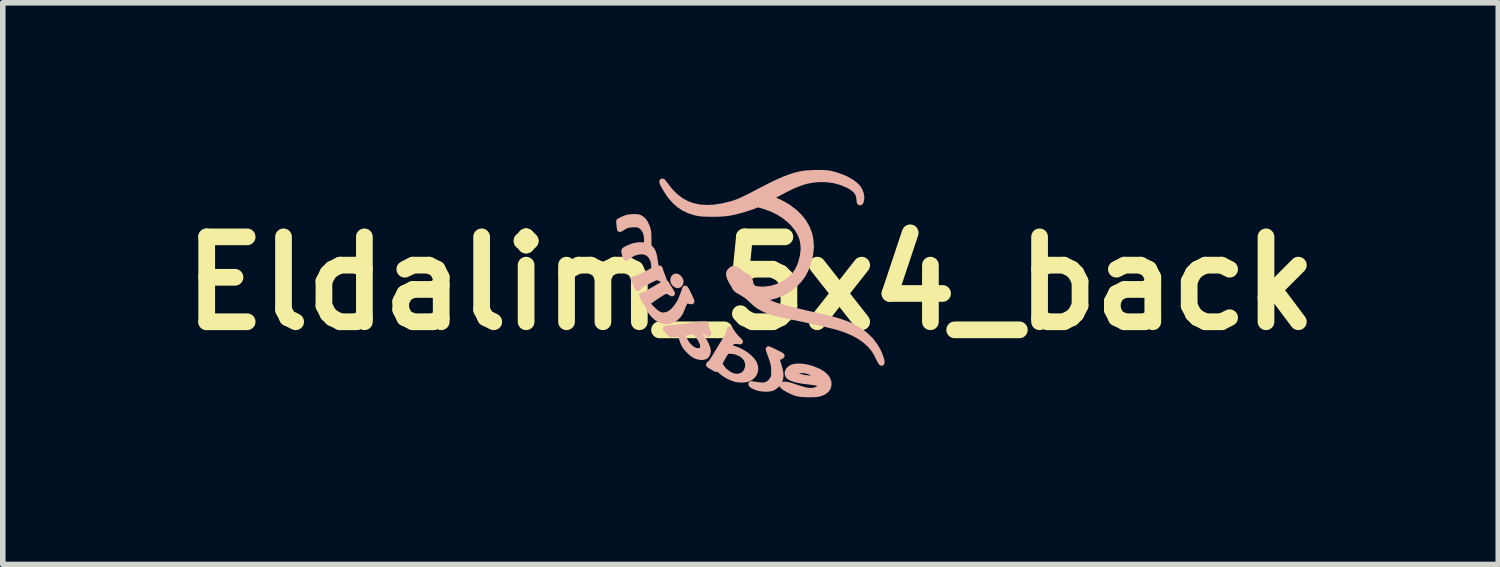
<source format=kicad_pcb>
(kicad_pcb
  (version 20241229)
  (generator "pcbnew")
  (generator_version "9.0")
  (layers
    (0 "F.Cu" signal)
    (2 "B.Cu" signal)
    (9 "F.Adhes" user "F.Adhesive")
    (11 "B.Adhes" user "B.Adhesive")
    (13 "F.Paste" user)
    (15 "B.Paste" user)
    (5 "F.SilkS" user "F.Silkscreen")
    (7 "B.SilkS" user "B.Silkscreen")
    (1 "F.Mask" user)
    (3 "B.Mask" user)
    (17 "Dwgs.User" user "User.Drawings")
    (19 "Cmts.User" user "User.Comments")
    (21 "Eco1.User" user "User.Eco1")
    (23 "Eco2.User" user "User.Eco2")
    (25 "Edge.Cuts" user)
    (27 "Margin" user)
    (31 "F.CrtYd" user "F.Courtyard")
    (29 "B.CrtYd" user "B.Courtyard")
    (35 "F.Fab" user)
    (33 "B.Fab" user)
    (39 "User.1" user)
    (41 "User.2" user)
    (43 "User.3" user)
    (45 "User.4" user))
  (footprint "Eldalim_5x4_back"
    (layer "F.Cu")
    (at 10.421 2.036)
    (property "Reference" "Eldalim_5x4_back" (at 0 0 0) (layer "F.SilkS") (effects (font (size 1.524 1.524) (thickness 0.3))))
    (attr exclude_from_pos_files exclude_from_bom)
    (fp_circle (center -0.15 0) (end -0.2 0) (stroke (width 0.15) (type solid)) (fill no) (layer "B.SilkS"))
    (fp_poly (pts (xy -1.252 -0.035) (xy -1.258 0.002) (xy -1.276 0.026) (xy -1.301 0.036) (xy -1.331 0.031) (xy -1.361 0.01) (xy -1.381 -0.019) (xy -1.389 -0.051) (xy -1.387 -0.082) (xy -1.374 -0.107) (xy -1.353 -0.124) (xy -1.334 -0.127) (xy -1.31 -0.119) (xy -1.285 -0.099) (xy -1.265 -0.073) (xy -1.253 -0.045) (xy -1.252 -0.035)) (stroke (width 0.1) (type solid)) (fill yes) (layer "B.SilkS"))
    (fp_poly (pts (xy -1.406 0.182) (xy -1.412 0.183) (xy -1.428 0.174) (xy -1.436 0.168) (xy -1.475 0.146) (xy -1.512 0.138) (xy -1.543 0.146) (xy -1.575 0.163) (xy -1.614 0.187) (xy -1.657 0.215) (xy -1.702 0.245) (xy -1.745 0.274) (xy -1.784 0.302) (xy -1.816 0.325) (xy -1.837 0.343) (xy -1.845 0.352) (xy -1.858 0.376) (xy -1.889 0.326) (xy -1.912 0.29) (xy -1.931 0.256) (xy -1.944 0.23) (xy -1.95 0.215) (xy -1.95 0.214) (xy -1.943 0.21) (xy -1.926 0.209) (xy -1.91 0.204) (xy -1.88 0.19) (xy -1.839 0.168) (xy -1.786 0.139) (xy -1.726 0.104) (xy -1.718 0.1) (xy -1.666 0.069) (xy -1.619 0.042) (xy -1.579 0.019) (xy -1.548 0.002) (xy -1.53 -0.007) (xy -1.525 -0.009) (xy -1.515 -0.002) (xy -1.503 0.016) (xy -1.5 0.02) (xy -1.488 0.042) (xy -1.469 0.073) (xy -1.448 0.107) (xy -1.446 0.111) (xy -1.427 0.141) (xy -1.413 0.166) (xy -1.406 0.18) (xy -1.406 0.182)) (stroke (width 0.1) (type solid)) (fill yes) (layer "B.SilkS"))
    (fp_poly (pts (xy -1.057 0.325) (xy -1.067 0.325) (xy -1.089 0.321) (xy -1.096 0.319) (xy -1.121 0.312) (xy -1.139 0.309) (xy -1.141 0.308) (xy -1.159 0.317) (xy -1.179 0.342) (xy -1.2 0.383) (xy -1.217 0.421) (xy -1.231 0.459) (xy -1.245 0.493) (xy -1.256 0.517) (xy -1.258 0.522) (xy -1.298 0.581) (xy -1.347 0.627) (xy -1.405 0.66) (xy -1.468 0.678) (xy -1.534 0.68) (xy -1.6 0.666) (xy -1.628 0.654) (xy -1.675 0.627) (xy -1.72 0.588) (xy -1.762 0.544) (xy -1.797 0.497) (xy -1.821 0.451) (xy -1.83 0.419) (xy -1.835 0.386) (xy -1.767 0.455) (xy -1.717 0.503) (xy -1.674 0.537) (xy -1.636 0.559) (xy -1.6 0.571) (xy -1.566 0.574) (xy -1.504 0.565) (xy -1.445 0.538) (xy -1.388 0.494) (xy -1.333 0.432) (xy -1.316 0.408) (xy -1.287 0.364) (xy -1.263 0.32) (xy -1.241 0.273) (xy -1.218 0.215) (xy -1.21 0.191) (xy -1.196 0.153) (xy -1.185 0.121) (xy -1.176 0.098) (xy -1.174 0.091) (xy -1.168 0.093) (xy -1.156 0.11) (xy -1.139 0.141) (xy -1.118 0.183) (xy -1.11 0.199) (xy -1.09 0.242) (xy -1.074 0.279) (xy -1.062 0.306) (xy -1.057 0.322) (xy -1.057 0.325)) (stroke (width 0.1) (type solid)) (fill yes) (layer "B.SilkS"))
    (fp_poly (pts (xy 0.562 1.299) (xy 0.555 1.306) (xy 0.536 1.317) (xy 0.522 1.323) (xy 0.5 1.334) (xy 0.486 1.346) (xy 0.48 1.362) (xy 0.48 1.384) (xy 0.488 1.417) (xy 0.503 1.462) (xy 0.51 1.483) (xy 0.533 1.566) (xy 0.543 1.639) (xy 0.538 1.703) (xy 0.519 1.759) (xy 0.486 1.809) (xy 0.472 1.824) (xy 0.43 1.858) (xy 0.387 1.88) (xy 0.386 1.881) (xy 0.34 1.891) (xy 0.284 1.895) (xy 0.224 1.893) (xy 0.167 1.885) (xy 0.141 1.879) (xy 0.08 1.858) (xy 0.038 1.836) (xy 0.017 1.818) (xy 0.011 1.808) (xy 0.015 1.805) (xy 0.034 1.808) (xy 0.036 1.809) (xy 0.09 1.818) (xy 0.145 1.825) (xy 0.194 1.829) (xy 0.233 1.83) (xy 0.249 1.828) (xy 0.303 1.812) (xy 0.35 1.779) (xy 0.388 1.733) (xy 0.395 1.723) (xy 0.407 1.699) (xy 0.415 1.679) (xy 0.419 1.657) (xy 0.421 1.627) (xy 0.421 1.586) (xy 0.421 1.578) (xy 0.42 1.528) (xy 0.416 1.482) (xy 0.407 1.437) (xy 0.394 1.388) (xy 0.375 1.331) (xy 0.355 1.277) (xy 0.341 1.239) (xy 0.33 1.208) (xy 0.324 1.187) (xy 0.323 1.18) (xy 0.332 1.183) (xy 0.353 1.192) (xy 0.384 1.206) (xy 0.42 1.223) (xy 0.458 1.242) (xy 0.495 1.261) (xy 0.527 1.277) (xy 0.55 1.29) (xy 0.562 1.298) (xy 0.562 1.299)) (stroke (width 0.1) (type solid)) (fill yes) (layer "B.SilkS"))
    (fp_poly (pts (xy -0.755 0.904) (xy -0.759 0.909) (xy -0.773 0.9) (xy -0.793 0.882) (xy -0.833 0.852) (xy -0.872 0.839) (xy -0.915 0.841) (xy -0.932 0.846) (xy -0.97 0.857) (xy -0.919 0.916) (xy -0.87 0.977) (xy -0.829 1.039) (xy -0.796 1.1) (xy -0.774 1.155) (xy -0.763 1.203) (xy -0.762 1.217) (xy -0.768 1.253) (xy -0.783 1.286) (xy -0.804 1.309) (xy -0.813 1.314) (xy -0.853 1.324) (xy -0.853 1.128) (xy -0.859 1.092) (xy -0.875 1.047) (xy -0.9 0.999) (xy -0.931 0.952) (xy -0.965 0.911) (xy -1.011 0.862) (xy -1.114 0.879) (xy -1.155 0.886) (xy -1.189 0.893) (xy -1.213 0.898) (xy -1.221 0.901) (xy -1.222 0.913) (xy -1.216 0.938) (xy -1.203 0.972) (xy -1.185 1.011) (xy -1.176 1.029) (xy -1.141 1.085) (xy -1.1 1.132) (xy -1.056 1.17) (xy -1.01 1.198) (xy -0.965 1.213) (xy -0.923 1.214) (xy -0.895 1.205) (xy -0.869 1.185) (xy -0.856 1.158) (xy -0.853 1.128) (xy -0.853 1.324) (xy -0.854 1.324) (xy -0.903 1.324) (xy -0.955 1.313) (xy -0.996 1.297) (xy -1.039 1.269) (xy -1.086 1.23) (xy -1.13 1.184) (xy -1.169 1.136) (xy -1.19 1.102) (xy -1.204 1.071) (xy -1.22 1.03) (xy -1.235 0.987) (xy -1.237 0.979) (xy -1.248 0.945) (xy -1.258 0.92) (xy -1.265 0.906) (xy -1.267 0.904) (xy -1.28 0.906) (xy -1.305 0.908) (xy -1.339 0.911) (xy -1.352 0.912) (xy -1.429 0.918) (xy -1.478 0.867) (xy -1.501 0.843) (xy -1.517 0.824) (xy -1.524 0.814) (xy -1.523 0.813) (xy -1.514 0.811) (xy -1.489 0.807) (xy -1.452 0.803) (xy -1.406 0.798) (xy -1.364 0.794) (xy -1.298 0.787) (xy -1.223 0.779) (xy -1.149 0.769) (xy -1.082 0.76) (xy -1.065 0.757) (xy -1.011 0.749) (xy -0.957 0.743) (xy -0.909 0.738) (xy -0.871 0.735) (xy -0.86 0.735) (xy -0.798 0.735) (xy -0.798 0.769) (xy -0.794 0.796) (xy -0.784 0.831) (xy -0.776 0.851) (xy -0.761 0.885) (xy -0.755 0.904)) (stroke (width 0.1) (type solid)) (fill yes) (layer "B.SilkS"))
    (fp_poly (pts (xy 1.404 1.823) (xy 1.391 1.873) (xy 1.362 1.915) (xy 1.318 1.949) (xy 1.257 1.975) (xy 1.229 1.983) (xy 1.196 1.989) (xy 1.15 1.993) (xy 1.095 1.995) (xy 1.035 1.995) (xy 0.975 1.993) (xy 0.92 1.989) (xy 0.874 1.984) (xy 0.857 1.981) (xy 0.818 1.971) (xy 0.775 1.955) (xy 0.73 1.936) (xy 0.686 1.914) (xy 0.646 1.892) (xy 0.612 1.871) (xy 0.586 1.851) (xy 0.572 1.835) (xy 0.571 1.824) (xy 0.573 1.822) (xy 0.598 1.814) (xy 0.636 1.815) (xy 0.687 1.825) (xy 0.753 1.844) (xy 0.797 1.859) (xy 0.883 1.888) (xy 0.956 1.909) (xy 1.017 1.922) (xy 1.069 1.928) (xy 1.114 1.927) (xy 1.155 1.918) (xy 1.194 1.904) (xy 1.227 1.885) (xy 1.252 1.863) (xy 1.268 1.841) (xy 1.272 1.823) (xy 1.269 1.818) (xy 1.25 1.805) (xy 1.224 1.796) (xy 1.224 1.694) (xy 1.217 1.683) (xy 1.196 1.665) (xy 1.191 1.66) (xy 1.132 1.62) (xy 1.07 1.59) (xy 1.021 1.574) (xy 0.976 1.564) (xy 0.929 1.561) (xy 0.883 1.564) (xy 0.842 1.571) (xy 0.809 1.583) (xy 0.787 1.598) (xy 0.78 1.615) (xy 0.789 1.632) (xy 0.813 1.649) (xy 0.85 1.665) (xy 0.898 1.679) (xy 0.954 1.691) (xy 1.016 1.7) (xy 1.08 1.704) (xy 1.108 1.705) (xy 1.15 1.705) (xy 1.185 1.703) (xy 1.21 1.702) (xy 1.219 1.7) (xy 1.224 1.694) (xy 1.224 1.796) (xy 1.213 1.793) (xy 1.159 1.781) (xy 1.087 1.771) (xy 1.032 1.764) (xy 0.928 1.751) (xy 0.841 1.734) (xy 0.771 1.715) (xy 0.719 1.693) (xy 0.684 1.668) (xy 0.676 1.658) (xy 0.663 1.625) (xy 0.666 1.59) (xy 0.682 1.557) (xy 0.711 1.528) (xy 0.751 1.506) (xy 0.764 1.501) (xy 0.826 1.49) (xy 0.899 1.49) (xy 0.981 1.5) (xy 1.067 1.52) (xy 1.136 1.543) (xy 1.222 1.579) (xy 1.292 1.621) (xy 1.345 1.667) (xy 1.382 1.717) (xy 1.402 1.77) (xy 1.404 1.823)) (stroke (width 0.1) (type solid)) (fill yes) (layer "B.SilkS"))
    (fp_poly (pts (xy 0.089 1.547) (xy 0.076 1.6) (xy 0.05 1.648) (xy 0.009 1.687) (xy -0.044 1.715) (xy -0.045 1.715) (xy -0.045 1.454) (xy -0.057 1.398) (xy -0.083 1.346) (xy -0.125 1.3) (xy -0.179 1.262) (xy -0.244 1.234) (xy -0.29 1.222) (xy -0.338 1.215) (xy -0.382 1.214) (xy -0.416 1.217) (xy -0.422 1.219) (xy -0.434 1.229) (xy -0.453 1.255) (xy -0.476 1.292) (xy -0.498 1.331) (xy -0.556 1.436) (xy -0.531 1.485) (xy -0.51 1.518) (xy -0.481 1.553) (xy -0.46 1.575) (xy -0.396 1.624) (xy -0.333 1.656) (xy -0.271 1.672) (xy -0.211 1.672) (xy -0.155 1.654) (xy -0.137 1.644) (xy -0.1 1.614) (xy -0.071 1.571) (xy -0.071 1.57) (xy -0.049 1.512) (xy -0.045 1.454) (xy -0.045 1.715) (xy -0.058 1.719) (xy -0.111 1.729) (xy -0.173 1.731) (xy -0.236 1.726) (xy -0.272 1.718) (xy -0.336 1.696) (xy -0.401 1.666) (xy -0.463 1.628) (xy -0.517 1.588) (xy -0.56 1.547) (xy -0.569 1.536) (xy -0.584 1.517) (xy -0.593 1.512) (xy -0.6 1.518) (xy -0.602 1.521) (xy -0.61 1.536) (xy -0.613 1.541) (xy -0.621 1.538) (xy -0.64 1.528) (xy -0.666 1.513) (xy -0.694 1.497) (xy -0.72 1.481) (xy -0.74 1.468) (xy -0.748 1.461) (xy -0.744 1.452) (xy -0.731 1.443) (xy -0.713 1.428) (xy -0.694 1.405) (xy -0.69 1.398) (xy -0.68 1.382) (xy -0.662 1.353) (xy -0.637 1.313) (xy -0.607 1.264) (xy -0.574 1.209) (xy -0.537 1.149) (xy -0.529 1.135) (xy -0.486 1.065) (xy -0.452 1.007) (xy -0.426 0.962) (xy -0.407 0.927) (xy -0.394 0.9) (xy -0.386 0.88) (xy -0.383 0.865) (xy -0.379 0.84) (xy -0.374 0.824) (xy -0.372 0.821) (xy -0.365 0.826) (xy -0.352 0.843) (xy -0.34 0.863) (xy -0.322 0.891) (xy -0.296 0.925) (xy -0.266 0.961) (xy -0.251 0.977) (xy -0.186 1.045) (xy -0.238 1.039) (xy -0.283 1.036) (xy -0.316 1.044) (xy -0.342 1.064) (xy -0.367 1.099) (xy -0.369 1.102) (xy -0.398 1.151) (xy -0.36 1.157) (xy -0.287 1.175) (xy -0.213 1.204) (xy -0.14 1.242) (xy -0.072 1.287) (xy -0.013 1.336) (xy 0.035 1.387) (xy 0.064 1.432) (xy 0.085 1.49) (xy 0.089 1.547)) (stroke (width 0.1) (type solid)) (fill yes) (layer "B.SilkS"))
    (fp_poly (pts (xy -1.554 -0.057) (xy -1.563 -0.06) (xy -1.584 -0.068) (xy -1.61 -0.081) (xy -1.64 -0.096) (xy -1.667 -0.106) (xy -1.681 -0.109) (xy -1.698 -0.104) (xy -1.726 -0.093) (xy -1.764 -0.075) (xy -1.807 -0.054) (xy -1.852 -0.03) (xy -1.896 -0.006) (xy -1.937 0.018) (xy -1.97 0.038) (xy -1.992 0.054) (xy -2.001 0.062) (xy -2.011 0.08) (xy -2.017 0.088) (xy -2.023 0.082) (xy -2.034 0.064) (xy -2.049 0.035) (xy -2.062 0.008) (xy -2.101 -0.077) (xy -2.069 -0.082) (xy -2.046 -0.089) (xy -2.013 -0.101) (xy -1.972 -0.119) (xy -1.926 -0.141) (xy -1.879 -0.163) (xy -1.835 -0.187) (xy -1.795 -0.208) (xy -1.765 -0.227) (xy -1.746 -0.24) (xy -1.742 -0.245) (xy -1.733 -0.274) (xy -1.731 -0.314) (xy -1.735 -0.359) (xy -1.745 -0.403) (xy -1.75 -0.417) (xy -1.781 -0.479) (xy -1.821 -0.525) (xy -1.87 -0.555) (xy -1.928 -0.57) (xy -1.956 -0.572) (xy -2.019 -0.565) (xy -2.084 -0.547) (xy -2.144 -0.519) (xy -2.194 -0.485) (xy -2.202 -0.478) (xy -2.221 -0.462) (xy -2.233 -0.455) (xy -2.236 -0.455) (xy -2.241 -0.466) (xy -2.249 -0.489) (xy -2.258 -0.52) (xy -2.259 -0.523) (xy -2.267 -0.555) (xy -2.27 -0.577) (xy -2.265 -0.593) (xy -2.248 -0.607) (xy -2.219 -0.623) (xy -2.204 -0.63) (xy -2.115 -0.667) (xy -2.025 -0.686) (xy -1.95 -0.688) (xy -1.91 -0.686) (xy -1.884 -0.688) (xy -1.869 -0.696) (xy -1.862 -0.714) (xy -1.86 -0.745) (xy -1.86 -0.777) (xy -1.866 -0.856) (xy -1.884 -0.923) (xy -1.915 -0.978) (xy -1.956 -1.02) (xy -1.978 -1.034) (xy -2 -1.045) (xy -2.022 -1.052) (xy -2.048 -1.055) (xy -2.085 -1.056) (xy -2.1 -1.056) (xy -2.161 -1.052) (xy -2.211 -1.042) (xy -2.256 -1.024) (xy -2.3 -0.997) (xy -2.324 -0.982) (xy -2.34 -0.974) (xy -2.346 -0.973) (xy -2.348 -0.983) (xy -2.351 -1.007) (xy -2.355 -1.039) (xy -2.355 -1.045) (xy -2.361 -1.114) (xy -2.321 -1.136) (xy -2.26 -1.166) (xy -2.198 -1.184) (xy -2.13 -1.192) (xy -2.095 -1.193) (xy -2.053 -1.192) (xy -2.024 -1.19) (xy -2.002 -1.185) (xy -1.981 -1.176) (xy -1.967 -1.168) (xy -1.924 -1.133) (xy -1.888 -1.083) (xy -1.857 -1.015) (xy -1.85 -0.993) (xy -1.841 -0.964) (xy -1.835 -0.936) (xy -1.831 -0.904) (xy -1.829 -0.864) (xy -1.828 -0.811) (xy -1.828 -0.796) (xy -1.827 -0.662) (xy -1.793 -0.628) (xy -1.77 -0.598) (xy -1.75 -0.562) (xy -1.734 -0.515) (xy -1.721 -0.456) (xy -1.71 -0.382) (xy -1.708 -0.372) (xy -1.702 -0.323) (xy -1.696 -0.29) (xy -1.691 -0.27) (xy -1.686 -0.26) (xy -1.68 -0.259) (xy -1.679 -0.259) (xy -1.647 -0.27) (xy -1.629 -0.268) (xy -1.624 -0.258) (xy -1.621 -0.244) (xy -1.612 -0.217) (xy -1.599 -0.181) (xy -1.587 -0.152) (xy -1.573 -0.114) (xy -1.562 -0.084) (xy -1.555 -0.064) (xy -1.554 -0.057)) (stroke (width 0.1) (type solid)) (fill yes) (layer "B.SilkS"))
    (fp_poly (pts (xy 2.357 1.414) (xy 2.357 1.417) (xy 2.354 1.429) (xy 2.349 1.428) (xy 2.339 1.413) (xy 2.334 1.406) (xy 2.322 1.384) (xy 2.304 1.35) (xy 2.285 1.312) (xy 2.278 1.295) (xy 2.222 1.198) (xy 2.149 1.109) (xy 2.061 1.027) (xy 1.957 0.954) (xy 1.838 0.889) (xy 1.704 0.833) (xy 1.57 0.79) (xy 1.505 0.772) (xy 1.424 0.752) (xy 1.331 0.729) (xy 1.227 0.705) (xy 1.114 0.68) (xy 0.995 0.654) (xy 0.872 0.628) (xy 0.776 0.608) (xy 0.685 0.589) (xy 0.61 0.573) (xy 0.548 0.559) (xy 0.495 0.547) (xy 0.45 0.536) (xy 0.41 0.524) (xy 0.372 0.512) (xy 0.334 0.499) (xy 0.321 0.495) (xy 0.232 0.458) (xy 0.155 0.415) (xy 0.085 0.362) (xy 0.025 0.307) (xy -0.017 0.267) (xy -0.056 0.234) (xy -0.09 0.21) (xy -0.102 0.203) (xy -0.186 0.151) (xy -0.259 0.084) (xy -0.32 0.004) (xy -0.358 -0.065) (xy -0.38 -0.115) (xy -0.389 -0.155) (xy -0.387 -0.187) (xy -0.374 -0.215) (xy -0.359 -0.232) (xy -0.336 -0.251) (xy -0.315 -0.262) (xy -0.308 -0.263) (xy -0.269 -0.255) (xy -0.225 -0.23) (xy -0.175 -0.19) (xy -0.12 -0.134) (xy -0.061 -0.064) (xy -0.025 -0.017) (xy 0.054 0.089) (xy 0.106 0.1) (xy 0.146 0.105) (xy 0.199 0.108) (xy 0.258 0.107) (xy 0.259 0.107) (xy 0.371 0.093) (xy 0.48 0.061) (xy 0.584 0.014) (xy 0.679 -0.049) (xy 0.734 -0.096) (xy 0.793 -0.158) (xy 0.84 -0.224) (xy 0.878 -0.299) (xy 0.902 -0.363) (xy 0.934 -0.48) (xy 0.949 -0.59) (xy 0.947 -0.695) (xy 0.929 -0.794) (xy 0.893 -0.888) (xy 0.839 -0.979) (xy 0.769 -1.067) (xy 0.725 -1.111) (xy 0.62 -1.2) (xy 0.505 -1.275) (xy 0.38 -1.336) (xy 0.242 -1.385) (xy 0.214 -1.393) (xy 0.133 -1.415) (xy 0.048 -1.383) (xy -0.018 -1.36) (xy -0.093 -1.336) (xy -0.171 -1.313) (xy -0.245 -1.293) (xy -0.31 -1.277) (xy -0.318 -1.276) (xy -0.399 -1.261) (xy -0.48 -1.251) (xy -0.567 -1.246) (xy -0.662 -1.244) (xy -0.737 -1.245) (xy -0.802 -1.247) (xy -0.852 -1.249) (xy -0.893 -1.252) (xy -0.927 -1.257) (xy -0.96 -1.263) (xy -0.994 -1.271) (xy -1.001 -1.273) (xy -1.107 -1.307) (xy -1.2 -1.352) (xy -1.285 -1.409) (xy -1.364 -1.481) (xy -1.429 -1.554) (xy -1.454 -1.587) (xy -1.481 -1.627) (xy -1.509 -1.67) (xy -1.535 -1.714) (xy -1.558 -1.754) (xy -1.575 -1.788) (xy -1.586 -1.813) (xy -1.587 -1.822) (xy -1.585 -1.831) (xy -1.576 -1.829) (xy -1.561 -1.812) (xy -1.537 -1.782) (xy -1.519 -1.758) (xy -1.435 -1.651) (xy -1.345 -1.562) (xy -1.248 -1.488) (xy -1.145 -1.431) (xy -1.034 -1.391) (xy -0.916 -1.366) (xy -0.789 -1.357) (xy -0.654 -1.363) (xy -0.51 -1.385) (xy -0.472 -1.393) (xy -0.417 -1.406) (xy -0.367 -1.419) (xy -0.32 -1.432) (xy -0.273 -1.447) (xy -0.226 -1.465) (xy -0.175 -1.486) (xy -0.119 -1.512) (xy -0.056 -1.542) (xy 0.018 -1.579) (xy 0.102 -1.623) (xy 0.201 -1.675) (xy 0.203 -1.676) (xy 0.324 -1.739) (xy 0.433 -1.792) (xy 0.531 -1.837) (xy 0.62 -1.875) (xy 0.702 -1.906) (xy 0.78 -1.932) (xy 0.856 -1.952) (xy 0.89 -1.96) (xy 0.944 -1.97) (xy 1.01 -1.977) (xy 1.084 -1.982) (xy 1.162 -1.985) (xy 1.238 -1.986) (xy 1.31 -1.984) (xy 1.371 -1.98) (xy 1.416 -1.974) (xy 1.522 -1.948) (xy 1.622 -1.914) (xy 1.714 -1.875) (xy 1.795 -1.83) (xy 1.864 -1.781) (xy 1.919 -1.73) (xy 1.936 -1.708) (xy 1.965 -1.658) (xy 1.984 -1.604) (xy 1.993 -1.55) (xy 1.991 -1.517) (xy 1.985 -1.482) (xy 1.979 -1.462) (xy 1.971 -1.453) (xy 1.964 -1.451) (xy 1.956 -1.46) (xy 1.953 -1.485) (xy 1.952 -1.496) (xy 1.946 -1.559) (xy 1.925 -1.615) (xy 1.89 -1.664) (xy 1.839 -1.709) (xy 1.771 -1.751) (xy 1.751 -1.761) (xy 1.625 -1.814) (xy 1.495 -1.849) (xy 1.361 -1.866) (xy 1.222 -1.867) (xy 1.134 -1.859) (xy 1.061 -1.848) (xy 0.987 -1.831) (xy 0.911 -1.808) (xy 0.83 -1.777) (xy 0.741 -1.739) (xy 0.643 -1.691) (xy 0.534 -1.634) (xy 0.476 -1.603) (xy 0.426 -1.576) (xy 0.39 -1.556) (xy 0.367 -1.542) (xy 0.356 -1.532) (xy 0.355 -1.525) (xy 0.363 -1.52) (xy 0.379 -1.514) (xy 0.392 -1.51) (xy 0.47 -1.48) (xy 0.554 -1.44) (xy 0.638 -1.393) (xy 0.682 -1.364) (xy 0.79 -1.284) (xy 0.881 -1.196) (xy 0.956 -1.101) (xy 1.014 -0.999) (xy 1.056 -0.892) (xy 1.08 -0.779) (xy 1.088 -0.661) (xy 1.078 -0.539) (xy 1.075 -0.521) (xy 1.044 -0.386) (xy 1 -0.265) (xy 0.944 -0.155) (xy 0.873 -0.058) (xy 0.789 0.028) (xy 0.691 0.104) (xy 0.578 0.168) (xy 0.559 0.177) (xy 0.446 0.223) (xy 0.337 0.251) (xy 0.273 0.26) (xy 0.206 0.266) (xy 0.232 0.287) (xy 0.276 0.317) (xy 0.335 0.347) (xy 0.405 0.377) (xy 0.44 0.39) (xy 0.475 0.401) (xy 0.526 0.416) (xy 0.59 0.433) (xy 0.664 0.453) (xy 0.747 0.474) (xy 0.835 0.496) (xy 0.927 0.518) (xy 1.02 0.54) (xy 1.112 0.561) (xy 1.199 0.581) (xy 1.22 0.585) (xy 1.35 0.615) (xy 1.465 0.644) (xy 1.565 0.672) (xy 1.655 0.702) (xy 1.736 0.732) (xy 1.81 0.765) (xy 1.841 0.78) (xy 1.963 0.851) (xy 2.069 0.932) (xy 2.162 1.023) (xy 2.239 1.126) (xy 2.293 1.22) (xy 2.313 1.264) (xy 2.33 1.309) (xy 2.345 1.352) (xy 2.354 1.388) (xy 2.357 1.414)) (stroke (width 0.1) (type solid)) (fill yes) (layer "B.SilkS")))
  (gr_rect
    (start -3 -3)
    (end 23.843 7.081)
    (stroke (width 0.1) (type default))
    (fill no)
    (layer "Edge.Cuts")))
</source>
